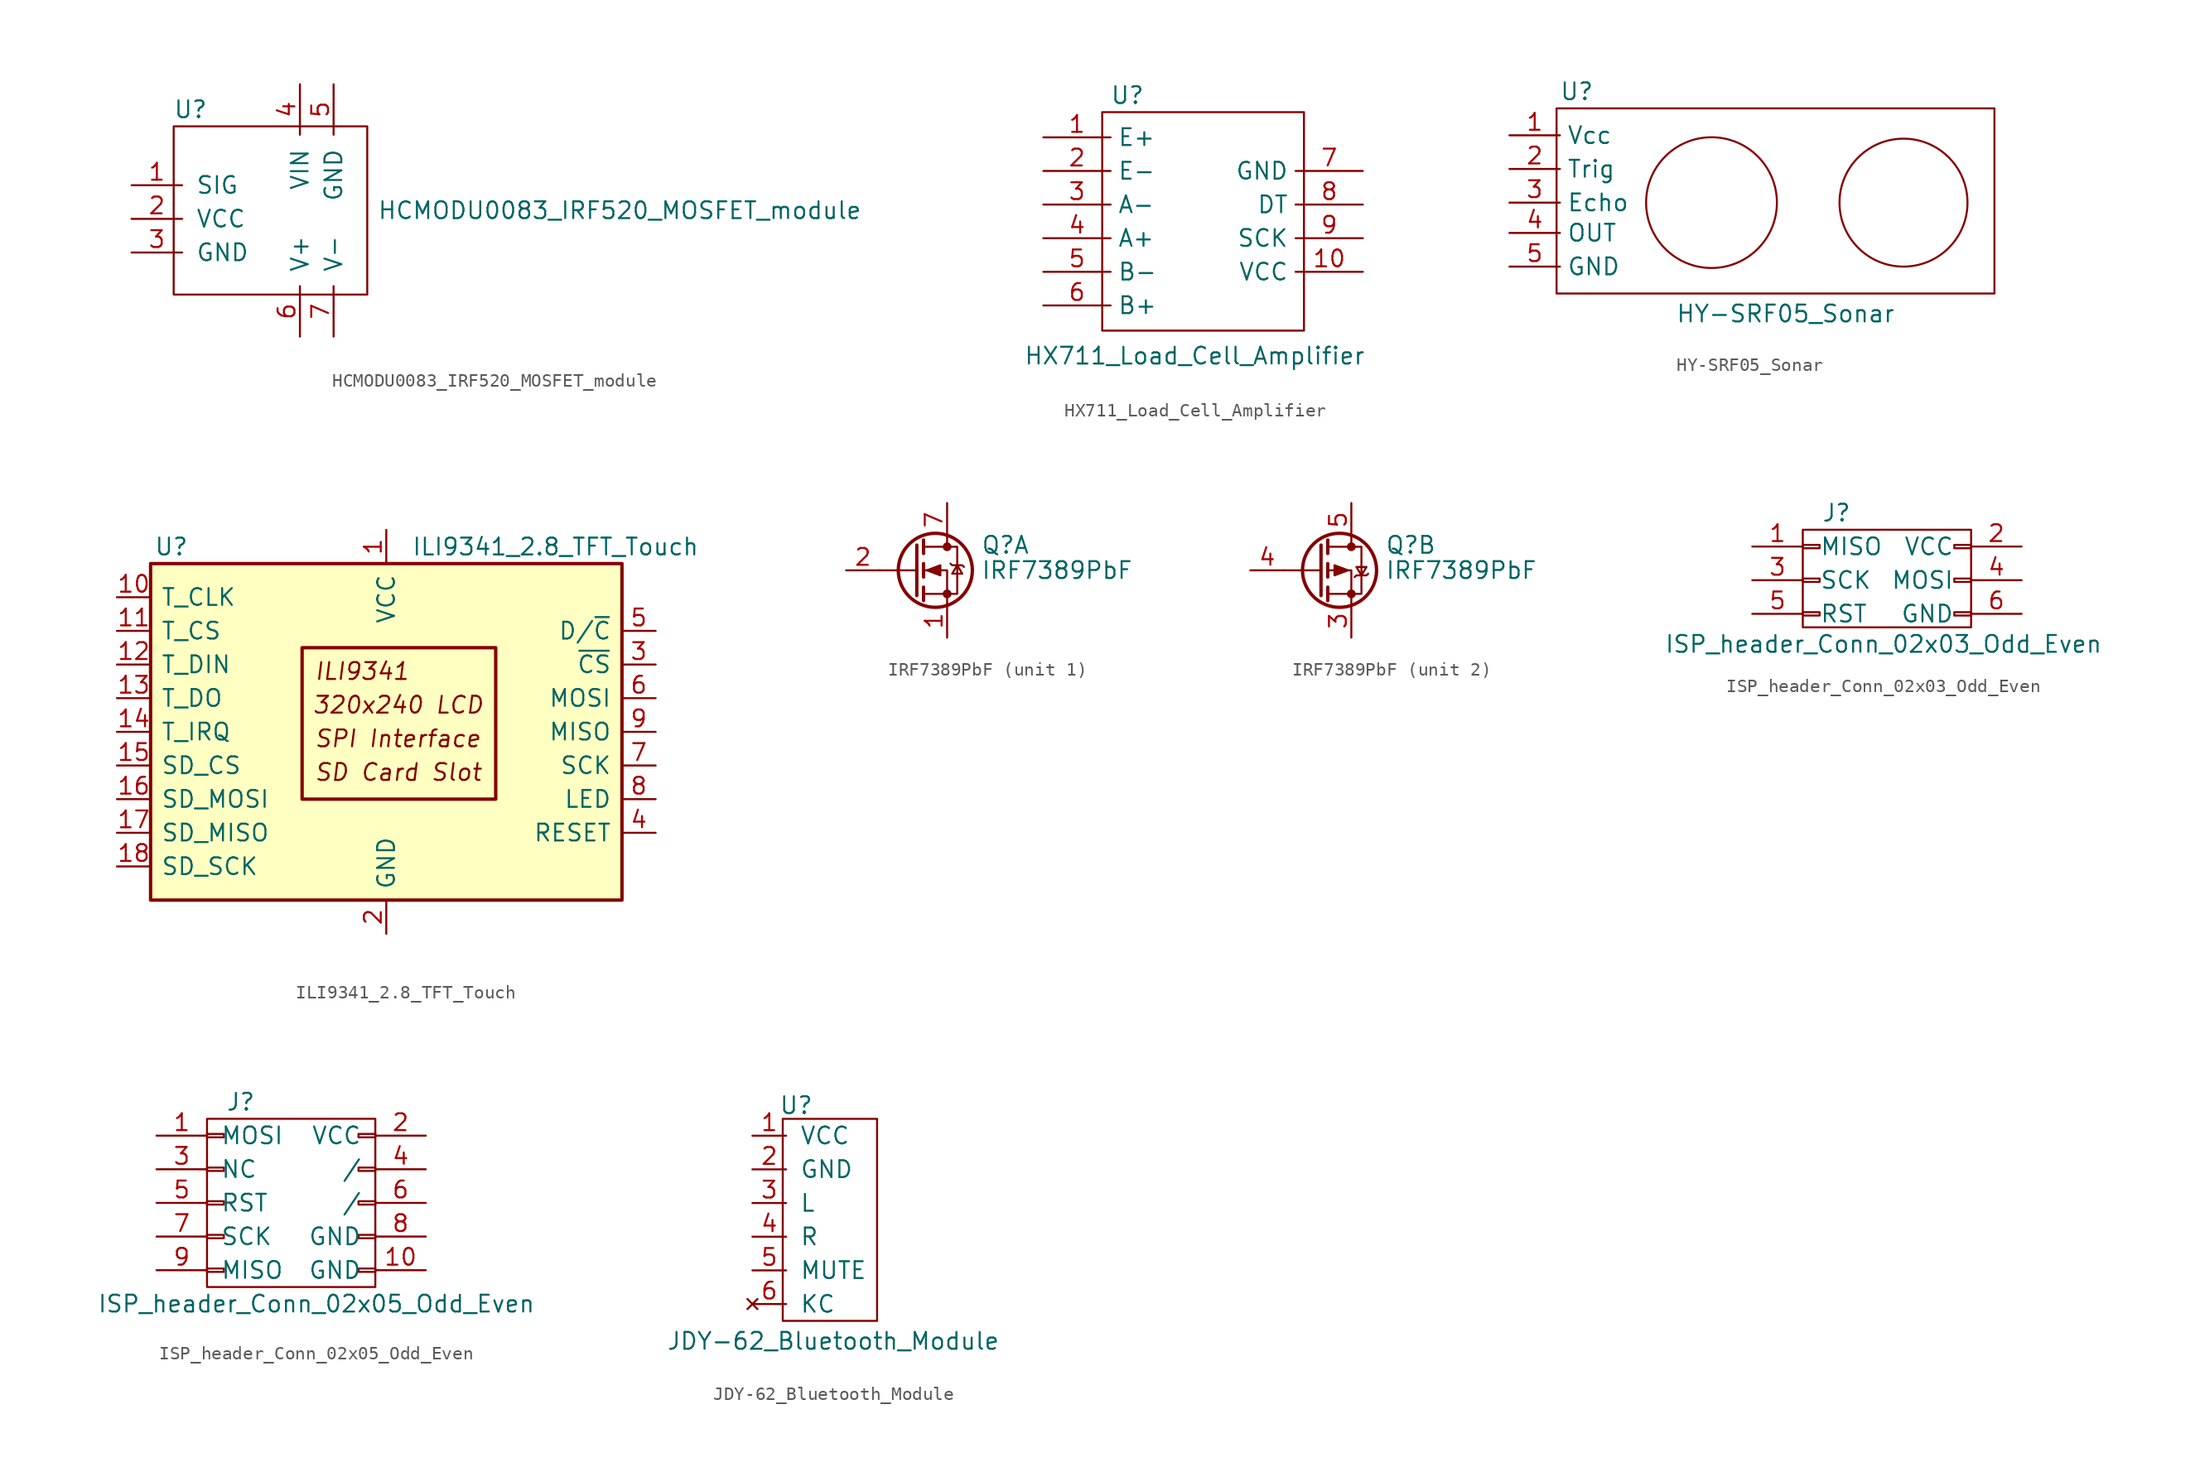
<source format=kicad_sym>
(kicad_symbol_lib
  (version 20231120)
  (generator "kicad_symbol_editor")
  (generator_version "8.0")
  (symbol "HCMODU0083_IRF520_MOSFET_module"
    (pin_names
      (offset 1.016))
    (property "Reference" "U"
      (at 4.445 5.715 0)
      (effects (font (size 1.27 1.27))))
    (property "Value" "HCMODU0083_IRF520_MOSFET_module"
      (at 36.83 -1.905 0)
      (effects (font (size 1.27 1.27))))
    (symbol "HCMODU0083_IRF520_MOSFET_module_0_1"
      (polyline (pts (xy 17.145 4.445) (xy 3.175 4.445) (xy 3.175 -8.255) (xy 17.78 -8.255) (xy 17.78 4.445) (xy 17.145 4.445)) (stroke (width 0) (type default)) (fill (type none))))
    (symbol "HCMODU0083_IRF520_MOSFET_module_1_1"
      (pin input line (at 0 0 0) (length 3.81) (name "SIG" (effects (font (size 1.27 1.27)))) (number "1" (effects (font (size 1.27 1.27)))))
      (pin power_in line (at 0 -2.54 0) (length 3.81) (name "VCC" (effects (font (size 1.27 1.27)))) (number "2" (effects (font (size 1.27 1.27)))))
      (pin power_in line (at 0 -5.08 0) (length 3.81) (name "GND" (effects (font (size 1.27 1.27)))) (number "3" (effects (font (size 1.27 1.27)))))
      (pin power_in line (at 12.7 7.62 270) (length 3.81) (name "VIN" (effects (font (size 1.27 1.27)))) (number "4" (effects (font (size 1.27 1.27)))))
      (pin power_in line (at 15.24 7.62 270) (length 3.81) (name "GND" (effects (font (size 1.27 1.27)))) (number "5" (effects (font (size 1.27 1.27)))))
      (pin power_out line (at 12.7 -11.43 90) (length 3.81) (name "V+" (effects (font (size 1.27 1.27)))) (number "6" (effects (font (size 1.27 1.27)))))
      (pin power_out line (at 15.24 -11.43 90) (length 3.81) (name "V-" (effects (font (size 1.27 1.27)))) (number "7" (effects (font (size 1.27 1.27)))))))
  (symbol "HX711_Load_Cell_Amplifier"
    (property "Reference" "U"
      (at 6.35 3.175 0)
      (effects (font (size 1.27 1.27))))
    (property "Value" "HX711_Load_Cell_Amplifier"
      (at 11.43 -16.51 0)
      (effects (font (size 1.27 1.27))))
    (symbol "HX711_Load_Cell_Amplifier_0_1"
      (polyline (pts (xy 4.445 1.905) (xy 4.445 -14.605) (xy 19.685 -14.605) (xy 19.685 1.905) (xy 4.445 1.905)) (stroke (width 0.152) (type default)) (fill (type none))))
    (symbol "HX711_Load_Cell_Amplifier_1_1"
      (pin input line (at 0 0 0) (length 5.08) (name "E+" (effects (font (size 1.27 1.27)))) (number "1" (effects (font (size 1.27 1.27)))))
      (pin power_in line (at 24.13 -10.16 180) (length 5.08) (name "VCC" (effects (font (size 1.27 1.27)))) (number "10" (effects (font (size 1.27 1.27)))))
      (pin input line (at 0 -2.54 0) (length 5.08) (name "E-" (effects (font (size 1.27 1.27)))) (number "2" (effects (font (size 1.27 1.27)))))
      (pin input line (at 0 -5.08 0) (length 5.08) (name "A-" (effects (font (size 1.27 1.27)))) (number "3" (effects (font (size 1.27 1.27)))))
      (pin input line (at 0 -7.62 0) (length 5.08) (name "A+" (effects (font (size 1.27 1.27)))) (number "4" (effects (font (size 1.27 1.27)))))
      (pin input line (at 0 -10.16 0) (length 5.08) (name "B-" (effects (font (size 1.27 1.27)))) (number "5" (effects (font (size 1.27 1.27)))))
      (pin input line (at 0 -12.7 0) (length 5.08) (name "B+" (effects (font (size 1.27 1.27)))) (number "6" (effects (font (size 1.27 1.27)))))
      (pin power_in line (at 24.13 -2.54 180) (length 5.08) (name "GND" (effects (font (size 1.27 1.27)))) (number "7" (effects (font (size 1.27 1.27)))))
      (pin bidirectional line (at 24.13 -5.08 180) (length 5.08) (name "DT" (effects (font (size 1.27 1.27)))) (number "8" (effects (font (size 1.27 1.27)))))
      (pin bidirectional line (at 24.13 -7.62 180) (length 5.08) (name "SCK" (effects (font (size 1.27 1.27)))) (number "9" (effects (font (size 1.27 1.27)))))))
  (symbol "HY-SRF05_Sonar"
    (property "Reference" "U"
      (at 5.08 3.302 0)
      (effects (font (size 1.27 1.27))))
    (property "Value" "HY-SRF05_Sonar"
      (at 20.828 -13.462 0)
      (effects (font (size 1.27 1.27))))
    (symbol "HY-SRF05_Sonar_0_1"
      (polyline (pts (xy 3.556 2.032) (xy 3.556 -11.938) (xy 36.576 -11.938) (xy 36.576 2.032) (xy 3.556 2.032)) (stroke (width 0) (type default)) (fill (type none)))
      (circle (center 15.24 -5.08) (radius 4.932) (stroke (width 0) (type default)) (fill (type none)))
      (circle (center 29.718 -5.08) (radius 4.826) (stroke (width 0) (type default)) (fill (type none))))
    (symbol "HY-SRF05_Sonar_1_1"
      (pin power_in line (at 0 0 0) (length 3.81) (name "Vcc" (effects (font (size 1.27 1.27)))) (number "1" (effects (font (size 1.27 1.27)))))
      (pin input line (at 0 -2.54 0) (length 3.81) (name "Trig" (effects (font (size 1.27 1.27)))) (number "2" (effects (font (size 1.27 1.27)))))
      (pin output line (at 0 -5.08 0) (length 3.81) (name "Echo" (effects (font (size 1.27 1.27)))) (number "3" (effects (font (size 1.27 1.27)))))
      (pin output line (at 0 -7.366 0) (length 3.81) (name "OUT" (effects (font (size 1.27 1.27)))) (number "4" (effects (font (size 1.27 1.27)))))
      (pin power_in line (at 0 -9.906 0) (length 3.81) (name "GND" (effects (font (size 1.27 1.27)))) (number "5" (effects (font (size 1.27 1.27)))))))
  (symbol "ILI9341_2.8_TFT_Touch"
    (pin_names
      (offset 0.762))
    (property "Reference" "U"
      (at -17.526 13.97 0)
      (effects (font (size 1.27 1.27)) (justify left)))
    (property "Value" "ILI9341_2.8_TFT_Touch"
      (at 1.905 13.97 0)
      (effects (font (size 1.27 1.27)) (justify left)))
    (symbol "ILI9341_2.8_TFT_Touch_0_0"
      (text "320x240 LCD" (at 0.889 2.032 0) (effects (font (size 1.27 1.27) (italic yes))))
      (text "ILI9341" (at -5.461 4.572 0) (effects (font (size 1.27 1.27) (italic yes)) (justify left)))
      (text "SD Card Slot" (at -5.461 -3.048 0) (effects (font (size 1.27 1.27) (italic yes)) (justify left)))
      (text "SPI Interface" (at -5.461 -0.508 0) (effects (font (size 1.27 1.27) (italic yes)) (justify left))))
    (symbol "ILI9341_2.8_TFT_Touch_0_1"
      (rectangle (start -17.78 12.7) (end 17.78 -12.7) (stroke (width 0.254) (type default)) (fill (type background)))
      (rectangle (start -6.35 6.35) (end 8.255 -5.08) (stroke (width 0.254) (type default)) (fill (type none))))
    (symbol "ILI9341_2.8_TFT_Touch_1_1"
      (pin power_in line (at 0 15.24 270) (length 2.54) (name "VCC" (effects (font (size 1.27 1.27)))) (number "1" (effects (font (size 1.27 1.27)))))
      (pin output line (at -20.32 10.16 0) (length 2.54) (name "T_CLK" (effects (font (size 1.27 1.27)))) (number "10" (effects (font (size 1.27 1.27)))))
      (pin input line (at -20.32 7.62 0) (length 2.54) (name "T_CS" (effects (font (size 1.27 1.27)))) (number "11" (effects (font (size 1.27 1.27)))))
      (pin input line (at -20.32 5.08 0) (length 2.54) (name "T_DIN" (effects (font (size 1.27 1.27)))) (number "12" (effects (font (size 1.27 1.27)))))
      (pin output line (at -20.32 2.54 0) (length 2.54) (name "T_DO" (effects (font (size 1.27 1.27)))) (number "13" (effects (font (size 1.27 1.27)))))
      (pin output line (at -20.32 0 0) (length 2.54) (name "T_IRQ" (effects (font (size 1.27 1.27)))) (number "14" (effects (font (size 1.27 1.27)))))
      (pin output line (at -20.32 -2.54 0) (length 2.54) (name "SD_CS" (effects (font (size 1.27 1.27)))) (number "15" (effects (font (size 1.27 1.27)))))
      (pin bidirectional line (at -20.32 -5.08 0) (length 2.54) (name "SD_MOSI" (effects (font (size 1.27 1.27)))) (number "16" (effects (font (size 1.27 1.27)))))
      (pin bidirectional line (at -20.32 -7.62 0) (length 2.54) (name "SD_MISO" (effects (font (size 1.27 1.27)))) (number "17" (effects (font (size 1.27 1.27)))))
      (pin output line (at -20.32 -10.16 0) (length 2.54) (name "SD_SCK" (effects (font (size 1.27 1.27)))) (number "18" (effects (font (size 1.27 1.27)))))
      (pin power_in line (at 0 -15.24 90) (length 2.54) (name "GND" (effects (font (size 1.27 1.27)))) (number "2" (effects (font (size 1.27 1.27)))))
      (pin input line (at 20.32 5.08 180) (length 2.54) (name "~{CS}" (effects (font (size 1.27 1.27)))) (number "3" (effects (font (size 1.27 1.27)))))
      (pin input line (at 20.32 -7.62 180) (length 2.54) (name "RESET" (effects (font (size 1.27 1.27)))) (number "4" (effects (font (size 1.27 1.27)))))
      (pin input line (at 20.32 7.62 180) (length 2.54) (name "D/~{C}" (effects (font (size 1.27 1.27)))) (number "5" (effects (font (size 1.27 1.27)))))
      (pin input line (at 20.32 2.54 180) (length 2.54) (name "MOSI" (effects (font (size 1.27 1.27)))) (number "6" (effects (font (size 1.27 1.27)))))
      (pin input line (at 20.32 -2.54 180) (length 2.54) (name "SCK" (effects (font (size 1.27 1.27)))) (number "7" (effects (font (size 1.27 1.27)))))
      (pin input line (at 20.32 -5.08 180) (length 2.54) (name "LED" (effects (font (size 1.27 1.27)))) (number "8" (effects (font (size 1.27 1.27)))))
      (pin output line (at 20.32 0 180) (length 2.54) (name "MISO" (effects (font (size 1.27 1.27)))) (number "9" (effects (font (size 1.27 1.27)))))))
  (symbol "IRF7389PbF"
    (pin_names hide)
    (property "Reference" "Q"
      (at 5.08 1.905 0)
      (effects (font (size 1.27 1.27)) (justify left)))
    (property "Value" "IRF7389PbF"
      (at 5.08 0 0)
      (effects (font (size 1.27 1.27)) (justify left)))
    (symbol "IRF7389PbF_0_1"
      (polyline (pts (xy 0.254 0) (xy -2.54 0)) (stroke (width 0) (type default)) (fill (type none)))
      (polyline (pts (xy 0.254 1.905) (xy 0.254 -1.905)) (stroke (width 0.254) (type default)) (fill (type none)))
      (polyline (pts (xy 0.762 -1.27) (xy 0.762 -2.286)) (stroke (width 0.254) (type default)) (fill (type none)))
      (polyline (pts (xy 0.762 0.508) (xy 0.762 -0.508)) (stroke (width 0.254) (type default)) (fill (type none)))
      (polyline (pts (xy 0.762 2.286) (xy 0.762 1.27)) (stroke (width 0.254) (type default)) (fill (type none)))
      (polyline (pts (xy 2.54 2.54) (xy 2.54 1.778)) (stroke (width 0) (type default)) (fill (type none)))
      (polyline (pts (xy 2.54 -2.54) (xy 2.54 0) (xy 0.762 0)) (stroke (width 0) (type default)) (fill (type none)))
      (polyline (pts (xy 0.762 -1.778) (xy 3.302 -1.778) (xy 3.302 1.778) (xy 0.762 1.778)) (stroke (width 0) (type default)) (fill (type none)))
      (circle (center 1.651 0) (radius 2.794) (stroke (width 0.254) (type default)) (fill (type none)))
      (circle (center 2.54 -1.778) (radius 0.254) (stroke (width 0) (type default)) (fill (type outline)))
      (circle (center 2.54 1.778) (radius 0.254) (stroke (width 0) (type default)) (fill (type outline))))
    (symbol "IRF7389PbF_1_1"
      (polyline (pts (xy 1.016 0) (xy 2.032 0.381) (xy 2.032 -0.381) (xy 1.016 0)) (stroke (width 0) (type default)) (fill (type outline)))
      (polyline (pts (xy 2.794 0.508) (xy 2.921 0.381) (xy 3.683 0.381) (xy 3.81 0.254)) (stroke (width 0) (type default)) (fill (type none)))
      (polyline (pts (xy 3.302 0.381) (xy 2.921 -0.254) (xy 3.683 -0.254) (xy 3.302 0.381)) (stroke (width 0) (type default)) (fill (type none)))
      (pin passive line (at 2.54 -5.08 90) (length 2.54) (name "S" (effects (font (size 1.27 1.27)))) (number "1" (effects (font (size 1.27 1.27)))))
      (pin input line (at -5.08 0 0) (length 2.54) (name "G" (effects (font (size 1.27 1.27)))) (number "2" (effects (font (size 1.27 1.27)))))
      (pin passive line (at 2.54 5.08 270) (length 2.54) (name "D" (effects (font (size 1.27 1.27)))) (number "7" (effects (font (size 1.27 1.27)))))
      (pin passive line (at 2.54 5.08 270) (length 2.54) hide (name "D" (effects (font (size 1.27 1.27)))) (number "8" (effects (font (size 1.27 1.27))))))
    (symbol "IRF7389PbF_2_1"
      (polyline (pts (xy 2.286 0) (xy 1.27 0.381) (xy 1.27 -0.381) (xy 2.286 0)) (stroke (width 0) (type default)) (fill (type outline)))
      (polyline (pts (xy 2.794 -0.508) (xy 2.921 -0.381) (xy 3.683 -0.381) (xy 3.81 -0.254)) (stroke (width 0) (type default)) (fill (type none)))
      (polyline (pts (xy 3.302 -0.381) (xy 2.921 0.254) (xy 3.683 0.254) (xy 3.302 -0.381)) (stroke (width 0) (type default)) (fill (type none)))
      (pin passive line (at 2.54 -5.08 90) (length 2.54) (name "1" (effects (font (size 1.27 1.27)))) (number "3" (effects (font (size 1.27 1.27)))))
      (pin input line (at -5.08 0 0) (length 2.54) (name "G" (effects (font (size 1.27 1.27)))) (number "4" (effects (font (size 1.27 1.27)))))
      (pin passive line (at 2.54 5.08 270) (length 2.54) (name "D" (effects (font (size 1.27 1.27)))) (number "5" (effects (font (size 1.27 1.27)))))
      (pin passive line (at 2.54 5.08 270) (length 2.54) hide (name "D" (effects (font (size 1.27 1.27)))) (number "6" (effects (font (size 1.27 1.27)))))))
  (symbol "ISP_header_Conn_02x03_Odd_Even"
    (pin_names
      (offset 1.27))
    (property "Reference" "J"
      (at 1.27 5.08 0)
      (effects (font (size 1.27 1.27))))
    (property "Value" "ISP_header_Conn_02x03_Odd_Even"
      (at 4.826 -4.826 0)
      (effects (font (size 1.27 1.27))))
    (symbol "ISP_header_Conn_02x03_Odd_Even_0_1"
      (rectangle (start -1.27 -3.556) (end 11.43 3.81) (stroke (width 0) (type default)) (fill (type none))))
    (symbol "ISP_header_Conn_02x03_Odd_Even_1_1"
      (rectangle (start -1.27 -2.413) (end 0 -2.667) (stroke (width 0.152) (type default)) (fill (type none)))
      (rectangle (start -1.27 0.127) (end 0 -0.127) (stroke (width 0.152) (type default)) (fill (type none)))
      (rectangle (start -1.27 2.667) (end 0 2.413) (stroke (width 0.152) (type default)) (fill (type none)))
      (rectangle (start 11.43 -2.413) (end 10.16 -2.667) (stroke (width 0.152) (type default)) (fill (type none)))
      (rectangle (start 11.43 0.127) (end 10.16 -0.127) (stroke (width 0.152) (type default)) (fill (type none)))
      (rectangle (start 11.43 2.667) (end 10.16 2.413) (stroke (width 0.152) (type default)) (fill (type none)))
      (pin passive line (at -5.08 2.54 0) (length 3.81) (name "MISO" (effects (font (size 1.27 1.27)))) (number "1" (effects (font (size 1.27 1.27)))))
      (pin passive line (at 15.24 2.54 180) (length 3.81) (name "VCC" (effects (font (size 1.27 1.27)))) (number "2" (effects (font (size 1.27 1.27)))))
      (pin passive line (at -5.08 0 0) (length 3.81) (name "SCK" (effects (font (size 1.27 1.27)))) (number "3" (effects (font (size 1.27 1.27)))))
      (pin passive line (at 15.24 0 180) (length 3.81) (name "MOSI" (effects (font (size 1.27 1.27)))) (number "4" (effects (font (size 1.27 1.27)))))
      (pin passive line (at -5.08 -2.54 0) (length 3.81) (name "RST" (effects (font (size 1.27 1.27)))) (number "5" (effects (font (size 1.27 1.27)))))
      (pin passive line (at 15.24 -2.54 180) (length 3.81) (name "GND" (effects (font (size 1.27 1.27)))) (number "6" (effects (font (size 1.27 1.27)))))))
  (symbol "ISP_header_Conn_02x05_Odd_Even"
    (pin_names
      (offset 1.016))
    (property "Reference" "J"
      (at 1.27 7.62 0)
      (effects (font (size 1.27 1.27))))
    (property "Value" "ISP_header_Conn_02x05_Odd_Even"
      (at 6.985 -7.62 0)
      (effects (font (size 1.27 1.27))))
    (symbol "ISP_header_Conn_02x05_Odd_Even_0_1"
      (polyline (pts (xy -1.27 6.35) (xy -1.27 -6.35) (xy 11.43 -6.35) (xy 11.43 6.35) (xy -1.27 6.35)) (stroke (width 0) (type default)) (fill (type none))))
    (symbol "ISP_header_Conn_02x05_Odd_Even_1_1"
      (rectangle (start -1.27 -4.953) (end 0 -5.207) (stroke (width 0.152) (type default)) (fill (type none)))
      (rectangle (start -1.27 -2.413) (end 0 -2.667) (stroke (width 0.152) (type default)) (fill (type none)))
      (rectangle (start -1.27 0.127) (end 0 -0.127) (stroke (width 0.152) (type default)) (fill (type none)))
      (rectangle (start -1.27 2.667) (end 0 2.413) (stroke (width 0.152) (type default)) (fill (type none)))
      (rectangle (start -1.27 5.207) (end 0 4.953) (stroke (width 0.152) (type default)) (fill (type none)))
      (rectangle (start 10.16 0.127) (end 11.43 -0.127) (stroke (width 0.152) (type default)) (fill (type none)))
      (rectangle (start 11.43 -4.953) (end 10.16 -5.207) (stroke (width 0.152) (type default)) (fill (type none)))
      (rectangle (start 11.43 -2.413) (end 10.16 -2.667) (stroke (width 0.152) (type default)) (fill (type none)))
      (rectangle (start 11.43 2.667) (end 10.16 2.413) (stroke (width 0.152) (type default)) (fill (type none)))
      (rectangle (start 11.43 5.207) (end 10.16 4.953) (stroke (width 0.152) (type default)) (fill (type none)))
      (pin passive line (at -5.08 5.08 0) (length 3.81) (name "MOSI" (effects (font (size 1.27 1.27)))) (number "1" (effects (font (size 1.27 1.27)))))
      (pin passive line (at 15.24 -5.08 180) (length 3.81) (name "GND" (effects (font (size 1.27 1.27)))) (number "10" (effects (font (size 1.27 1.27)))))
      (pin passive line (at 15.24 5.08 180) (length 3.81) (name "VCC" (effects (font (size 1.27 1.27)))) (number "2" (effects (font (size 1.27 1.27)))))
      (pin passive line (at -5.08 2.54 0) (length 3.81) (name "NC" (effects (font (size 1.27 1.27)))) (number "3" (effects (font (size 1.27 1.27)))))
      (pin passive line (at 15.24 2.54 180) (length 3.81) (name "/" (effects (font (size 1.27 1.27)))) (number "4" (effects (font (size 1.27 1.27)))))
      (pin passive line (at -5.08 0 0) (length 3.81) (name "RST" (effects (font (size 1.27 1.27)))) (number "5" (effects (font (size 1.27 1.27)))))
      (pin passive line (at 15.24 0 180) (length 3.81) (name "/" (effects (font (size 1.27 1.27)))) (number "6" (effects (font (size 1.27 1.27)))))
      (pin passive line (at -5.08 -2.54 0) (length 3.81) (name "SCK" (effects (font (size 1.27 1.27)))) (number "7" (effects (font (size 1.27 1.27)))))
      (pin passive line (at 15.24 -2.54 180) (length 3.81) (name "GND" (effects (font (size 1.27 1.27)))) (number "8" (effects (font (size 1.27 1.27)))))
      (pin passive line (at -5.08 -5.08 0) (length 3.81) (name "MISO" (effects (font (size 1.27 1.27)))) (number "9" (effects (font (size 1.27 1.27)))))))
  (symbol "JDY-62_Bluetooth_Module"
    (pin_names
      (offset 1.016))
    (property "Reference" "U"
      (at 3.302 2.286 0)
      (effects (font (size 1.27 1.27))))
    (property "Value" "JDY-62_Bluetooth_Module"
      (at 6.096 -15.494 0)
      (effects (font (size 1.27 1.27))))
    (symbol "JDY-62_Bluetooth_Module_0_1"
      (polyline (pts (xy 2.286 1.27) (xy 2.286 -13.97) (xy 9.398 -13.97) (xy 9.398 1.27) (xy 2.286 1.27)) (stroke (width 0) (type default)) (fill (type none))))
    (symbol "JDY-62_Bluetooth_Module_1_1"
      (pin power_in line (at 0 0 0) (length 2.54) (name "VCC" (effects (font (size 1.27 1.27)))) (number "1" (effects (font (size 1.27 1.27)))))
      (pin power_in line (at 0 -2.54 0) (length 2.54) (name "GND" (effects (font (size 1.27 1.27)))) (number "2" (effects (font (size 1.27 1.27)))))
      (pin output line (at 0 -5.08 0) (length 2.54) (name "L" (effects (font (size 1.27 1.27)))) (number "3" (effects (font (size 1.27 1.27)))))
      (pin output line (at 0 -7.62 0) (length 2.54) (name "R" (effects (font (size 1.27 1.27)))) (number "4" (effects (font (size 1.27 1.27)))))
      (pin output line (at 0 -10.16 0) (length 2.54) (name "MUTE" (effects (font (size 1.27 1.27)))) (number "5" (effects (font (size 1.27 1.27)))))
      (pin no_connect line (at 0 -12.7 0) (length 2.54) (name "KC" (effects (font (size 1.27 1.27)))) (number "6" (effects (font (size 1.27 1.27))))))))
</source>
